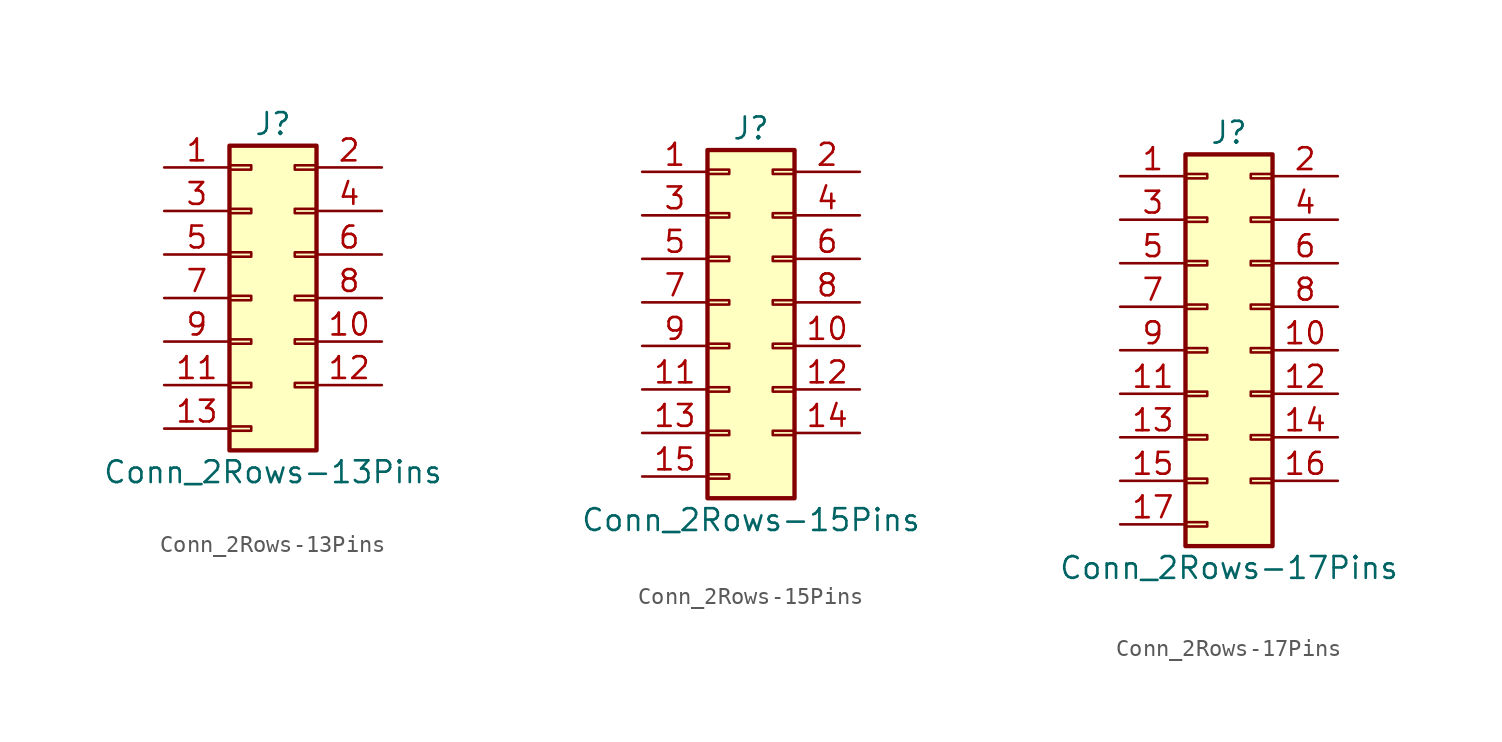
<source format=kicad_sym>
(kicad_symbol_lib
  (version 20201005)
  (generator kicad_symbol_editor)
  (symbol "Conn_2Rows-13Pins"
    (pin_names
      (offset 1.016) hide)
    (property "Reference" "J"
      (at 1.27 10.16 0)
      (effects (font (size 1.27 1.27))))
    (property "Value" "Conn_2Rows-13Pins"
      (at 1.27 -10.16 0)
      (effects (font (size 1.27 1.27))))
    (symbol "Conn_2Rows-13Pins_1_1"
      (rectangle (start -1.27 -7.493) (end 0 -7.747) (stroke (width 0.152)) (fill (type none)))
      (rectangle (start -1.27 -4.953) (end 0 -5.207) (stroke (width 0.152)) (fill (type none)))
      (rectangle (start -1.27 -2.413) (end 0 -2.667) (stroke (width 0.152)) (fill (type none)))
      (rectangle (start -1.27 0.127) (end 0 -0.127) (stroke (width 0.152)) (fill (type none)))
      (rectangle (start -1.27 2.667) (end 0 2.413) (stroke (width 0.152)) (fill (type none)))
      (rectangle (start -1.27 5.207) (end 0 4.953) (stroke (width 0.152)) (fill (type none)))
      (rectangle (start -1.27 7.747) (end 0 7.493) (stroke (width 0.152)) (fill (type none)))
      (rectangle (start 3.81 -4.953) (end 2.54 -5.207) (stroke (width 0.152)) (fill (type none)))
      (rectangle (start 3.81 -2.413) (end 2.54 -2.667) (stroke (width 0.152)) (fill (type none)))
      (rectangle (start 3.81 0.127) (end 2.54 -0.127) (stroke (width 0.152)) (fill (type none)))
      (rectangle (start 3.81 2.667) (end 2.54 2.413) (stroke (width 0.152)) (fill (type none)))
      (rectangle (start 3.81 5.207) (end 2.54 4.953) (stroke (width 0.152)) (fill (type none)))
      (rectangle (start 3.81 7.747) (end 2.54 7.493) (stroke (width 0.152)) (fill (type none)))
      (rectangle (start -1.27 8.89) (end 3.81 -8.89) (stroke (width 0.254)) (fill (type background)))
      (pin passive line (at -5.08 7.62 0) (length 3.81) (name "Pin_1" (effects (font (size 1.27 1.27)))) (number "1" (effects (font (size 1.27 1.27)))))
      (pin passive line (at 7.62 -2.54 180) (length 3.81) (name "Pin_10" (effects (font (size 1.27 1.27)))) (number "10" (effects (font (size 1.27 1.27)))))
      (pin passive line (at -5.08 -5.08 0) (length 3.81) (name "Pin_11" (effects (font (size 1.27 1.27)))) (number "11" (effects (font (size 1.27 1.27)))))
      (pin passive line (at 7.62 -5.08 180) (length 3.81) (name "Pin_12" (effects (font (size 1.27 1.27)))) (number "12" (effects (font (size 1.27 1.27)))))
      (pin passive line (at -5.08 -7.62 0) (length 3.81) (name "Pin_13" (effects (font (size 1.27 1.27)))) (number "13" (effects (font (size 1.27 1.27)))))
      (pin passive line (at 7.62 7.62 180) (length 3.81) (name "Pin_2" (effects (font (size 1.27 1.27)))) (number "2" (effects (font (size 1.27 1.27)))))
      (pin passive line (at -5.08 5.08 0) (length 3.81) (name "Pin_3" (effects (font (size 1.27 1.27)))) (number "3" (effects (font (size 1.27 1.27)))))
      (pin passive line (at 7.62 5.08 180) (length 3.81) (name "Pin_4" (effects (font (size 1.27 1.27)))) (number "4" (effects (font (size 1.27 1.27)))))
      (pin passive line (at -5.08 2.54 0) (length 3.81) (name "Pin_5" (effects (font (size 1.27 1.27)))) (number "5" (effects (font (size 1.27 1.27)))))
      (pin passive line (at 7.62 2.54 180) (length 3.81) (name "Pin_6" (effects (font (size 1.27 1.27)))) (number "6" (effects (font (size 1.27 1.27)))))
      (pin passive line (at -5.08 0 0) (length 3.81) (name "Pin_7" (effects (font (size 1.27 1.27)))) (number "7" (effects (font (size 1.27 1.27)))))
      (pin passive line (at 7.62 0 180) (length 3.81) (name "Pin_8" (effects (font (size 1.27 1.27)))) (number "8" (effects (font (size 1.27 1.27)))))
      (pin passive line (at -5.08 -2.54 0) (length 3.81) (name "Pin_9" (effects (font (size 1.27 1.27)))) (number "9" (effects (font (size 1.27 1.27)))))))
  (symbol "Conn_2Rows-15Pins"
    (pin_names
      (offset 1.016) hide)
    (property "Reference" "J"
      (at 1.27 10.16 0)
      (effects (font (size 1.27 1.27))))
    (property "Value" "Conn_2Rows-15Pins"
      (at 1.27 -12.7 0)
      (effects (font (size 1.27 1.27))))
    (symbol "Conn_2Rows-15Pins_1_1"
      (rectangle (start -1.27 -10.033) (end 0 -10.287) (stroke (width 0.152)) (fill (type none)))
      (rectangle (start -1.27 -7.493) (end 0 -7.747) (stroke (width 0.152)) (fill (type none)))
      (rectangle (start -1.27 -4.953) (end 0 -5.207) (stroke (width 0.152)) (fill (type none)))
      (rectangle (start -1.27 -2.413) (end 0 -2.667) (stroke (width 0.152)) (fill (type none)))
      (rectangle (start -1.27 0.127) (end 0 -0.127) (stroke (width 0.152)) (fill (type none)))
      (rectangle (start -1.27 2.667) (end 0 2.413) (stroke (width 0.152)) (fill (type none)))
      (rectangle (start -1.27 5.207) (end 0 4.953) (stroke (width 0.152)) (fill (type none)))
      (rectangle (start -1.27 7.747) (end 0 7.493) (stroke (width 0.152)) (fill (type none)))
      (rectangle (start 3.81 -7.493) (end 2.54 -7.747) (stroke (width 0.152)) (fill (type none)))
      (rectangle (start 3.81 -4.953) (end 2.54 -5.207) (stroke (width 0.152)) (fill (type none)))
      (rectangle (start 3.81 -2.413) (end 2.54 -2.667) (stroke (width 0.152)) (fill (type none)))
      (rectangle (start 3.81 0.127) (end 2.54 -0.127) (stroke (width 0.152)) (fill (type none)))
      (rectangle (start 3.81 2.667) (end 2.54 2.413) (stroke (width 0.152)) (fill (type none)))
      (rectangle (start 3.81 5.207) (end 2.54 4.953) (stroke (width 0.152)) (fill (type none)))
      (rectangle (start 3.81 7.747) (end 2.54 7.493) (stroke (width 0.152)) (fill (type none)))
      (rectangle (start -1.27 8.89) (end 3.81 -11.43) (stroke (width 0.254)) (fill (type background)))
      (pin passive line (at -5.08 7.62 0) (length 3.81) (name "Pin_1" (effects (font (size 1.27 1.27)))) (number "1" (effects (font (size 1.27 1.27)))))
      (pin passive line (at 7.62 -2.54 180) (length 3.81) (name "Pin_10" (effects (font (size 1.27 1.27)))) (number "10" (effects (font (size 1.27 1.27)))))
      (pin passive line (at -5.08 -5.08 0) (length 3.81) (name "Pin_11" (effects (font (size 1.27 1.27)))) (number "11" (effects (font (size 1.27 1.27)))))
      (pin passive line (at 7.62 -5.08 180) (length 3.81) (name "Pin_12" (effects (font (size 1.27 1.27)))) (number "12" (effects (font (size 1.27 1.27)))))
      (pin passive line (at -5.08 -7.62 0) (length 3.81) (name "Pin_13" (effects (font (size 1.27 1.27)))) (number "13" (effects (font (size 1.27 1.27)))))
      (pin passive line (at 7.62 -7.62 180) (length 3.81) (name "Pin_14" (effects (font (size 1.27 1.27)))) (number "14" (effects (font (size 1.27 1.27)))))
      (pin passive line (at -5.08 -10.16 0) (length 3.81) (name "Pin_15" (effects (font (size 1.27 1.27)))) (number "15" (effects (font (size 1.27 1.27)))))
      (pin passive line (at 7.62 7.62 180) (length 3.81) (name "Pin_2" (effects (font (size 1.27 1.27)))) (number "2" (effects (font (size 1.27 1.27)))))
      (pin passive line (at -5.08 5.08 0) (length 3.81) (name "Pin_3" (effects (font (size 1.27 1.27)))) (number "3" (effects (font (size 1.27 1.27)))))
      (pin passive line (at 7.62 5.08 180) (length 3.81) (name "Pin_4" (effects (font (size 1.27 1.27)))) (number "4" (effects (font (size 1.27 1.27)))))
      (pin passive line (at -5.08 2.54 0) (length 3.81) (name "Pin_5" (effects (font (size 1.27 1.27)))) (number "5" (effects (font (size 1.27 1.27)))))
      (pin passive line (at 7.62 2.54 180) (length 3.81) (name "Pin_6" (effects (font (size 1.27 1.27)))) (number "6" (effects (font (size 1.27 1.27)))))
      (pin passive line (at -5.08 0 0) (length 3.81) (name "Pin_7" (effects (font (size 1.27 1.27)))) (number "7" (effects (font (size 1.27 1.27)))))
      (pin passive line (at 7.62 0 180) (length 3.81) (name "Pin_8" (effects (font (size 1.27 1.27)))) (number "8" (effects (font (size 1.27 1.27)))))
      (pin passive line (at -5.08 -2.54 0) (length 3.81) (name "Pin_9" (effects (font (size 1.27 1.27)))) (number "9" (effects (font (size 1.27 1.27)))))))
  (symbol "Conn_2Rows-17Pins"
    (pin_names
      (offset 1.016) hide)
    (property "Reference" "J"
      (at 1.27 12.7 0)
      (effects (font (size 1.27 1.27))))
    (property "Value" "Conn_2Rows-17Pins"
      (at 1.27 -12.7 0)
      (effects (font (size 1.27 1.27))))
    (symbol "Conn_2Rows-17Pins_1_1"
      (rectangle (start -1.27 -10.033) (end 0 -10.287) (stroke (width 0.152)) (fill (type none)))
      (rectangle (start -1.27 -7.493) (end 0 -7.747) (stroke (width 0.152)) (fill (type none)))
      (rectangle (start -1.27 -4.953) (end 0 -5.207) (stroke (width 0.152)) (fill (type none)))
      (rectangle (start -1.27 -2.413) (end 0 -2.667) (stroke (width 0.152)) (fill (type none)))
      (rectangle (start -1.27 0.127) (end 0 -0.127) (stroke (width 0.152)) (fill (type none)))
      (rectangle (start -1.27 2.667) (end 0 2.413) (stroke (width 0.152)) (fill (type none)))
      (rectangle (start -1.27 5.207) (end 0 4.953) (stroke (width 0.152)) (fill (type none)))
      (rectangle (start -1.27 7.747) (end 0 7.493) (stroke (width 0.152)) (fill (type none)))
      (rectangle (start -1.27 10.287) (end 0 10.033) (stroke (width 0.152)) (fill (type none)))
      (rectangle (start 3.81 -7.493) (end 2.54 -7.747) (stroke (width 0.152)) (fill (type none)))
      (rectangle (start 3.81 -4.953) (end 2.54 -5.207) (stroke (width 0.152)) (fill (type none)))
      (rectangle (start 3.81 -2.413) (end 2.54 -2.667) (stroke (width 0.152)) (fill (type none)))
      (rectangle (start 3.81 0.127) (end 2.54 -0.127) (stroke (width 0.152)) (fill (type none)))
      (rectangle (start 3.81 2.667) (end 2.54 2.413) (stroke (width 0.152)) (fill (type none)))
      (rectangle (start 3.81 5.207) (end 2.54 4.953) (stroke (width 0.152)) (fill (type none)))
      (rectangle (start 3.81 7.747) (end 2.54 7.493) (stroke (width 0.152)) (fill (type none)))
      (rectangle (start 3.81 10.287) (end 2.54 10.033) (stroke (width 0.152)) (fill (type none)))
      (rectangle (start -1.27 11.43) (end 3.81 -11.43) (stroke (width 0.254)) (fill (type background)))
      (pin passive line (at -5.08 10.16 0) (length 3.81) (name "Pin_1" (effects (font (size 1.27 1.27)))) (number "1" (effects (font (size 1.27 1.27)))))
      (pin passive line (at 7.62 0 180) (length 3.81) (name "Pin_10" (effects (font (size 1.27 1.27)))) (number "10" (effects (font (size 1.27 1.27)))))
      (pin passive line (at -5.08 -2.54 0) (length 3.81) (name "Pin_11" (effects (font (size 1.27 1.27)))) (number "11" (effects (font (size 1.27 1.27)))))
      (pin passive line (at 7.62 -2.54 180) (length 3.81) (name "Pin_12" (effects (font (size 1.27 1.27)))) (number "12" (effects (font (size 1.27 1.27)))))
      (pin passive line (at -5.08 -5.08 0) (length 3.81) (name "Pin_13" (effects (font (size 1.27 1.27)))) (number "13" (effects (font (size 1.27 1.27)))))
      (pin passive line (at 7.62 -5.08 180) (length 3.81) (name "Pin_14" (effects (font (size 1.27 1.27)))) (number "14" (effects (font (size 1.27 1.27)))))
      (pin passive line (at -5.08 -7.62 0) (length 3.81) (name "Pin_15" (effects (font (size 1.27 1.27)))) (number "15" (effects (font (size 1.27 1.27)))))
      (pin passive line (at 7.62 -7.62 180) (length 3.81) (name "Pin_16" (effects (font (size 1.27 1.27)))) (number "16" (effects (font (size 1.27 1.27)))))
      (pin passive line (at -5.08 -10.16 0) (length 3.81) (name "Pin_17" (effects (font (size 1.27 1.27)))) (number "17" (effects (font (size 1.27 1.27)))))
      (pin passive line (at 7.62 10.16 180) (length 3.81) (name "Pin_2" (effects (font (size 1.27 1.27)))) (number "2" (effects (font (size 1.27 1.27)))))
      (pin passive line (at -5.08 7.62 0) (length 3.81) (name "Pin_3" (effects (font (size 1.27 1.27)))) (number "3" (effects (font (size 1.27 1.27)))))
      (pin passive line (at 7.62 7.62 180) (length 3.81) (name "Pin_4" (effects (font (size 1.27 1.27)))) (number "4" (effects (font (size 1.27 1.27)))))
      (pin passive line (at -5.08 5.08 0) (length 3.81) (name "Pin_5" (effects (font (size 1.27 1.27)))) (number "5" (effects (font (size 1.27 1.27)))))
      (pin passive line (at 7.62 5.08 180) (length 3.81) (name "Pin_6" (effects (font (size 1.27 1.27)))) (number "6" (effects (font (size 1.27 1.27)))))
      (pin passive line (at -5.08 2.54 0) (length 3.81) (name "Pin_7" (effects (font (size 1.27 1.27)))) (number "7" (effects (font (size 1.27 1.27)))))
      (pin passive line (at 7.62 2.54 180) (length 3.81) (name "Pin_8" (effects (font (size 1.27 1.27)))) (number "8" (effects (font (size 1.27 1.27)))))
      (pin passive line (at -5.08 0 0) (length 3.81) (name "Pin_9" (effects (font (size 1.27 1.27)))) (number "9" (effects (font (size 1.27 1.27))))))))
</source>
